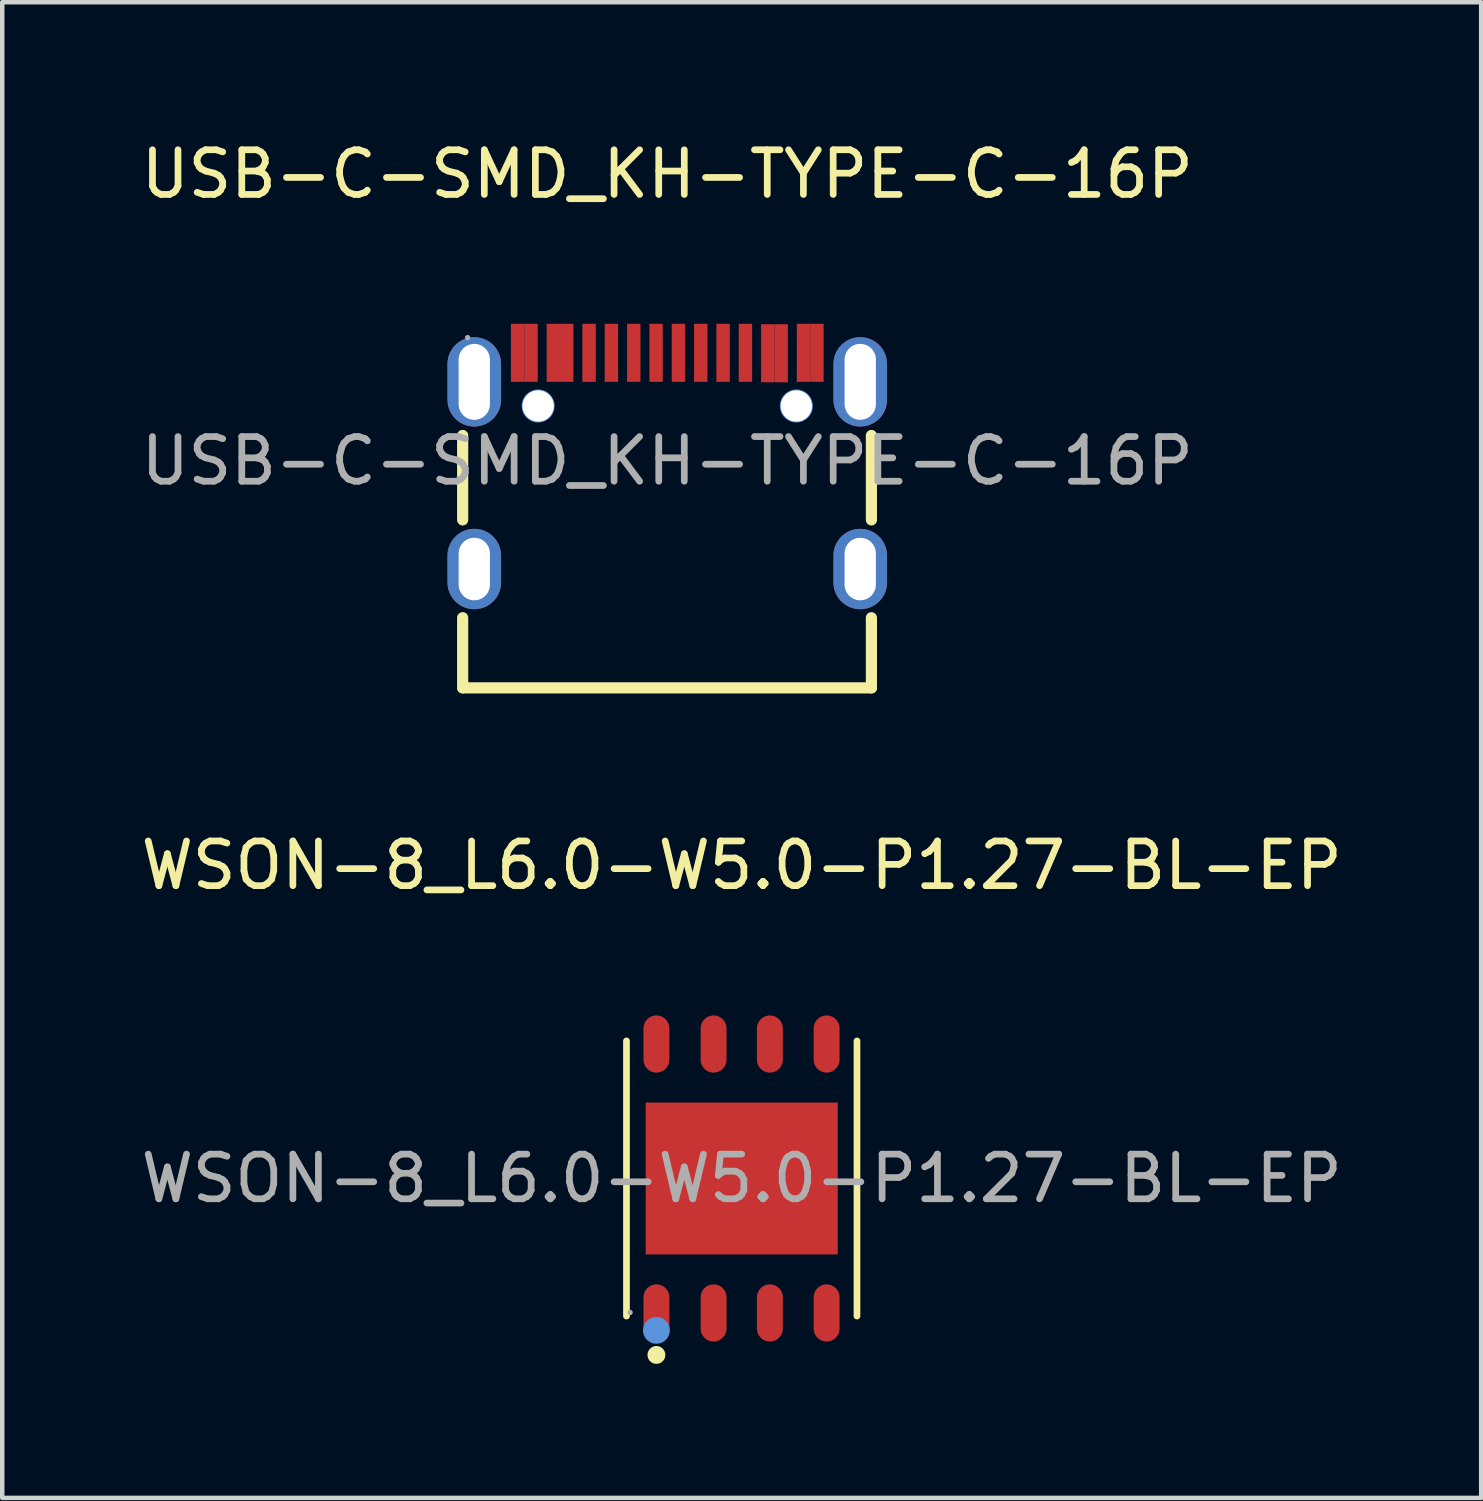
<source format=kicad_pcb>
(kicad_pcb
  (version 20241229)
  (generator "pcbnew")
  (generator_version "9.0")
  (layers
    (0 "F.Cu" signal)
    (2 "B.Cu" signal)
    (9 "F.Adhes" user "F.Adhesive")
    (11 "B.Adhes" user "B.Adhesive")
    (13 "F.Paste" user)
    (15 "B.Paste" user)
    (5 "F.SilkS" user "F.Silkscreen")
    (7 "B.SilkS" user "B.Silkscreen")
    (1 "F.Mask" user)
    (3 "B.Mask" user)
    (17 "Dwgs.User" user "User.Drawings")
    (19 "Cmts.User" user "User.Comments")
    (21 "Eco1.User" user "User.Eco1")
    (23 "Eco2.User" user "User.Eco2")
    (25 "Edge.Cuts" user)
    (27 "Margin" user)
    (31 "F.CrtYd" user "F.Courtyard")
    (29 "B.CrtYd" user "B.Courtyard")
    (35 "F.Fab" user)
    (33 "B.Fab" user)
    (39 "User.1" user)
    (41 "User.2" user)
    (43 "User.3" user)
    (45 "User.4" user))
  (footprint "USB-C-SMD_KH-TYPE-C-16P"
    (layer "F.Cu")
    (at 11.887 7.268)
    (property "Reference" "USB-C-SMD_KH-TYPE-C-16P" (at 0 -6.42 0) (layer "F.SilkS") (effects (font (size 1 1) (thickness 0.15))))
    (attr smd)
    (fp_line (start -4.58 -0.57) (end -4.58 1.32) (stroke (width 0.25) (type solid)) (layer "F.SilkS"))
    (fp_line (start -4.58 3.51) (end -4.58 5.08) (stroke (width 0.25) (type solid)) (layer "F.SilkS"))
    (fp_line (start -4.58 5.08) (end 4.57 5.08) (stroke (width 0.25) (type solid)) (layer "F.SilkS"))
    (fp_line (start 4.57 1.32) (end 4.57 -0.57) (stroke (width 0.25) (type solid)) (layer "F.SilkS"))
    (fp_line (start 4.57 5.08) (end 4.57 3.51) (stroke (width 0.25) (type solid)) (layer "F.SilkS"))
    (fp_circle (center -2.89 -1.23) (end -2.77 -1.23) (stroke (width 0.25) (type solid)) (fill no) (layer "Cmts.User"))
    (fp_circle (center 2.89 -1.23) (end 3.01 -1.23) (stroke (width 0.25) (type solid)) (fill no) (layer "Cmts.User"))
    (fp_circle (center -4.47 -2.76) (end -4.44 -2.76) (stroke (width 0.06) (type solid)) (fill no) (layer "F.Fab"))
    (fp_text user "${REFERENCE}" (at 0 0 0) (layer "F.Fab") (effects (font (size 1 1) (thickness 0.15))))
    (pad "" thru_hole circle (at -2.89 -1.23) (size 0.7 0.7) (drill 0.7) (layers "*.Cu" "*.Mask"))
    (pad "" thru_hole circle (at 2.89 -1.23) (size 0.7 0.7) (drill 0.7) (layers "*.Cu" "*.Mask"))
    (pad "1" thru_hole oval (at -4.32 -1.77) (size 1.2 2) (drill oval 0.7 1.7) (layers "*.Cu" "*.Mask"))
    (pad "2" thru_hole oval (at 4.32 -1.77) (size 1.2 2) (drill oval 0.7 1.7) (layers "*.Cu" "*.Mask"))
    (pad "3" thru_hole oval (at -4.32 2.42) (size 1.2 1.8) (drill oval 0.7 1.4) (layers "*.Cu" "*.Mask"))
    (pad "4" thru_hole oval (at 4.32 2.42) (size 1.2 1.8) (drill oval 0.7 1.4) (layers "*.Cu" "*.Mask"))
    (pad "A1" smd rect (at -3.35 -2.42) (size 0.3 1.3) (layers "F.Cu" "F.Mask" "F.Paste"))
    (pad "A4" smd rect (at -2.55 -2.42) (size 0.3 1.3) (layers "F.Cu" "F.Mask" "F.Paste"))
    (pad "A5" smd rect (at -1.25 -2.42) (size 0.3 1.3) (layers "F.Cu" "F.Mask" "F.Paste"))
    (pad "A6" smd rect (at -0.25 -2.42) (size 0.3 1.3) (layers "F.Cu" "F.Mask" "F.Paste"))
    (pad "A7" smd rect (at 0.25 -2.42) (size 0.3 1.3) (layers "F.Cu" "F.Mask" "F.Paste"))
    (pad "A8" smd rect (at 1.25 -2.42) (size 0.3 1.3) (layers "F.Cu" "F.Mask" "F.Paste"))
    (pad "A9" smd rect (at 2.55 -2.41) (size 0.3 1.3) (layers "F.Cu" "F.Mask" "F.Paste"))
    (pad "A12" smd rect (at 3.35 -2.42) (size 0.3 1.3) (layers "F.Cu" "F.Mask" "F.Paste"))
    (pad "B1" smd rect (at 3.05 -2.42) (size 0.3 1.3) (layers "F.Cu" "F.Mask" "F.Paste"))
    (pad "B4" smd rect (at 2.25 -2.41) (size 0.3 1.3) (layers "F.Cu" "F.Mask" "F.Paste"))
    (pad "B5" smd rect (at 1.75 -2.42) (size 0.3 1.3) (layers "F.Cu" "F.Mask" "F.Paste"))
    (pad "B6" smd rect (at 0.75 -2.42) (size 0.3 1.3) (layers "F.Cu" "F.Mask" "F.Paste"))
    (pad "B7" smd rect (at -0.75 -2.42) (size 0.3 1.3) (layers "F.Cu" "F.Mask" "F.Paste"))
    (pad "B8" smd rect (at -1.75 -2.42) (size 0.3 1.3) (layers "F.Cu" "F.Mask" "F.Paste"))
    (pad "B9" smd rect (at -2.25 -2.42) (size 0.3 1.3) (layers "F.Cu" "F.Mask" "F.Paste"))
    (pad "B12" smd rect (at -3.05 -2.42) (size 0.3 1.3) (layers "F.Cu" "F.Mask" "F.Paste")))
  (footprint "WSON-8_L6.0-W5.0-P1.27-BL-EP"
    (layer "F.Cu")
    (at 13.554 23.331)
    (property "Reference" "WSON-8_L6.0-W5.0-P1.27-BL-EP" (at 0 -7.01 0) (layer "F.SilkS") (effects (font (size 1 1) (thickness 0.15))))
    (attr smd)
    (fp_line (start -2.58 3.08) (end -2.58 -3.08) (stroke (width 0.15) (type solid)) (layer "F.SilkS"))
    (fp_line (start 2.58 -3.08) (end 2.58 3.08) (stroke (width 0.15) (type solid)) (layer "F.SilkS"))
    (fp_circle (center -1.91 3.95) (end -1.81 3.95) (stroke (width 0.2) (type solid)) (fill no) (layer "F.SilkS"))
    (fp_circle (center -1.91 3.4) (end -1.76 3.4) (stroke (width 0.3) (type solid)) (fill no) (layer "Cmts.User"))
    (fp_circle (center -2.5 3) (end -2.47 3) (stroke (width 0.06) (type solid)) (fill no) (layer "F.Fab"))
    (fp_text user "${REFERENCE}" (at 0 0 0) (layer "F.Fab") (effects (font (size 1 1) (thickness 0.15))))
    (pad "1" smd oval (at -1.91 3.01) (size 0.58 1.28) (layers "F.Cu" "F.Mask" "F.Paste"))
    (pad "2" smd oval (at -0.63 3.01) (size 0.58 1.28) (layers "F.Cu" "F.Mask" "F.Paste"))
    (pad "3" smd oval (at 0.63 3.01) (size 0.58 1.28) (layers "F.Cu" "F.Mask" "F.Paste"))
    (pad "4" smd oval (at 1.9 3.01) (size 0.58 1.28) (layers "F.Cu" "F.Mask" "F.Paste"))
    (pad "5" smd oval (at 1.9 -3.01) (size 0.58 1.28) (layers "F.Cu" "F.Mask" "F.Paste"))
    (pad "6" smd oval (at 0.63 -3.01) (size 0.58 1.28) (layers "F.Cu" "F.Mask" "F.Paste"))
    (pad "7" smd oval (at -0.63 -3.01) (size 0.58 1.28) (layers "F.Cu" "F.Mask" "F.Paste"))
    (pad "8" smd oval (at -1.91 -3.01) (size 0.58 1.28) (layers "F.Cu" "F.Mask" "F.Paste"))
    (pad "9" smd rect (at 0 0) (size 4.3 3.4) (layers "F.Cu" "F.Mask" "F.Paste")))
  (gr_rect
    (start -3 -3)
    (end 30.107 30.482)
    (stroke (width 0.1) (type default))
    (fill no)
    (layer "Edge.Cuts")))
</source>
